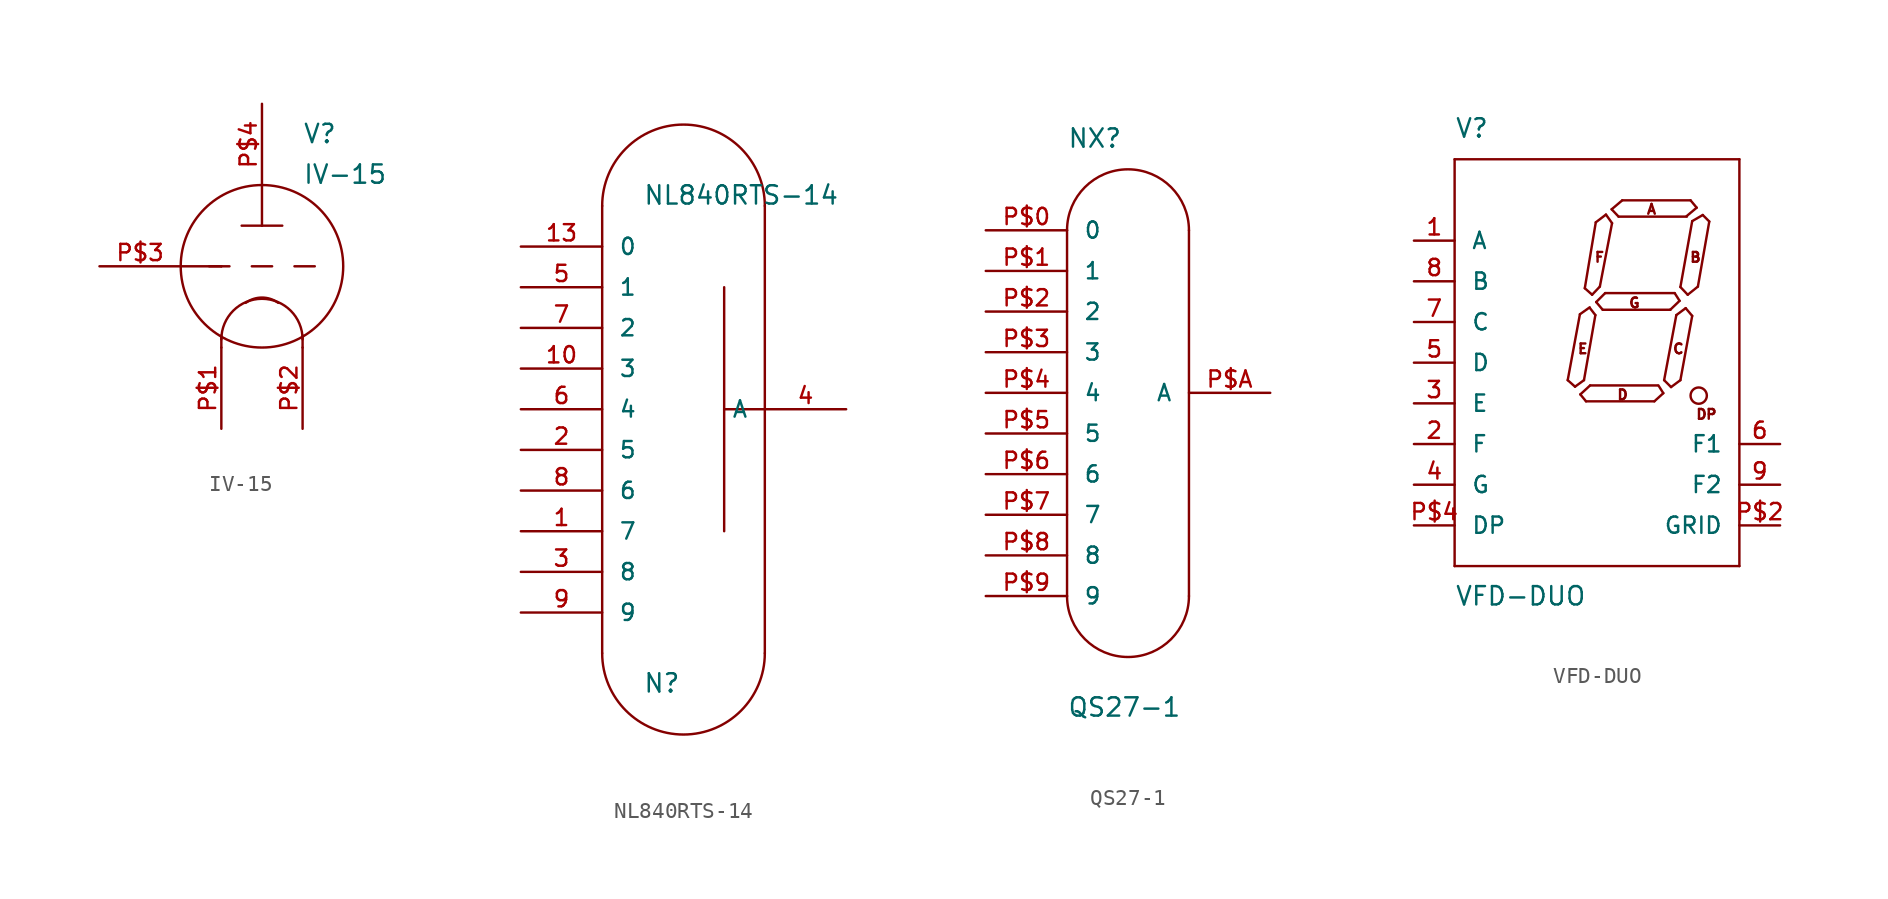
<source format=kicad_sym>
(kicad_symbol_lib
  (version 20241209)
  (generator "kicad_symbol_editor")
  (generator_version "9.0")
  (symbol "IV-15"
    (pin_names
      (offset 1.016)
      (hide yes))
    (property "Reference" "V"
      (at 2.54 7.62 0)
      (effects (font (size 1.143 1.143)) (justify left bottom)))
    (property "Value" "IV-15"
      (at 2.54 5.08 0)
      (effects (font (size 1.143 1.143)) (justify left bottom)))
    (property "ki_locked" ""
      (at 0 0 0)
      (effects (font (size 1.27 1.27))))
    (symbol "IV-15_1_0"
      (polyline (pts (xy -5.08 0) (xy -2.54 0)) (stroke (width 0) (type default)) (fill (type none)))
      (polyline (pts (xy -3.302 0) (xy -2.54 0)) (stroke (width 0) (type default)) (fill (type none)))
      (polyline (pts (xy -2.54 0) (xy -2.032 0)) (stroke (width 0) (type default)) (fill (type none)))
      (polyline (pts (xy -2.54 -5.08) (xy -2.54 -4.318)) (stroke (width 0) (type default)) (fill (type none)))
      (polyline (pts (xy -1.27 2.54) (xy 0 2.54)) (stroke (width 0) (type default)) (fill (type none)))
      (polyline (pts (xy -0.635 0) (xy 0.635 0)) (stroke (width 0) (type default)) (fill (type none)))
      (polyline (pts (xy 0 5.08) (xy 0 2.54)) (stroke (width 0) (type default)) (fill (type none)))
      (polyline (pts (xy 0 2.54) (xy 1.27 2.54)) (stroke (width 0) (type default)) (fill (type none)))
      (polyline (pts (xy 2.032 0) (xy 3.302 0)) (stroke (width 0) (type default)) (fill (type none)))
      (polyline (pts (xy 2.54 -5.08) (xy 2.54 -4.318)) (stroke (width 0) (type default)) (fill (type none))))
    (symbol "IV-15_1_1"
      (circle (center 0 0) (radius 5.08) (stroke (width 0) (type default)) (fill (type none)))
      (arc (start -1.016 -2.286) (mid 0 -1.9556) (end 1.016 -2.286) (stroke (width 0) (type default)) (fill (type none)))
      (arc (start -2.54 -4.572) (mid 0 -2.043) (end 2.54 -4.572) (stroke (width 0) (type default)) (fill (type none)))
      (pin passive line (at -10.16 0 0) (length 5.08) (name "G" (effects (font (size 1.016 1.016)))) (number "P$3" (effects (font (size 1.016 1.016)))))
      (pin passive line (at -2.54 -10.16 90) (length 5.08) (name "K/H1" (effects (font (size 1.016 1.016)))) (number "P$1" (effects (font (size 1.016 1.016)))))
      (pin passive line (at 0 10.16 270) (length 5.08) (name "A" (effects (font (size 1.016 1.016)))) (number "P$4" (effects (font (size 1.016 1.016)))))
      (pin passive line (at 2.54 -10.16 90) (length 5.08) (name "K/H2" (effects (font (size 1.016 1.016)))) (number "P$2" (effects (font (size 1.016 1.016)))))))
  (symbol "NL840RTS-14"
    (pin_names
      (offset 1.016))
    (property "Reference" "N"
      (at -2.54 -15.24 0)
      (effects (font (size 1.143 1.143)) (justify left bottom)))
    (property "Value" "NL840RTS-14"
      (at -2.54 15.24 0)
      (effects (font (size 1.143 1.143)) (justify left bottom)))
    (property "ki_locked" ""
      (at 0 0 0)
      (effects (font (size 1.27 1.27))))
    (symbol "NL840RTS-14_1_0"
      (polyline (pts (xy -5.08 15.24) (xy -5.08 -12.7)) (stroke (width 0) (type default)) (fill (type none)))
      (polyline (pts (xy 2.54 2.54) (xy 2.54 10.16)) (stroke (width 0) (type default)) (fill (type none)))
      (polyline (pts (xy 2.54 -5.08) (xy 2.54 2.54)) (stroke (width 0) (type default)) (fill (type none)))
      (polyline (pts (xy 5.08 15.24) (xy 5.08 2.54)) (stroke (width 0) (type default)) (fill (type none)))
      (polyline (pts (xy 5.08 2.54) (xy 2.54 2.54)) (stroke (width 0) (type default)) (fill (type none)))
      (polyline (pts (xy 5.08 2.54) (xy 5.08 -12.7)) (stroke (width 0) (type default)) (fill (type none))))
    (symbol "NL840RTS-14_1_1"
      (arc (start -5.08 15.24) (mid 0 20.2978) (end 5.08 15.24) (stroke (width 0) (type default)) (fill (type none)))
      (arc (start 5.08 -12.7) (mid 0 -17.7578) (end -5.08 -12.7) (stroke (width 0) (type default)) (fill (type none)))
      (pin passive line (at -10.16 12.7 0) (length 5.08) (name "0" (effects (font (size 1.016 1.016)))) (number "13" (effects (font (size 1.016 1.016)))))
      (pin passive line (at -10.16 10.16 0) (length 5.08) (name "1" (effects (font (size 1.016 1.016)))) (number "5" (effects (font (size 1.016 1.016)))))
      (pin passive line (at -10.16 7.62 0) (length 5.08) (name "2" (effects (font (size 1.016 1.016)))) (number "7" (effects (font (size 1.016 1.016)))))
      (pin passive line (at -10.16 5.08 0) (length 5.08) (name "3" (effects (font (size 1.016 1.016)))) (number "10" (effects (font (size 1.016 1.016)))))
      (pin passive line (at -10.16 2.54 0) (length 5.08) (name "4" (effects (font (size 1.016 1.016)))) (number "6" (effects (font (size 1.016 1.016)))))
      (pin passive line (at -10.16 0 0) (length 5.08) (name "5" (effects (font (size 1.016 1.016)))) (number "2" (effects (font (size 1.016 1.016)))))
      (pin passive line (at -10.16 -2.54 0) (length 5.08) (name "6" (effects (font (size 1.016 1.016)))) (number "8" (effects (font (size 1.016 1.016)))))
      (pin passive line (at -10.16 -5.08 0) (length 5.08) (name "7" (effects (font (size 1.016 1.016)))) (number "1" (effects (font (size 1.016 1.016)))))
      (pin passive line (at -10.16 -7.62 0) (length 5.08) (name "8" (effects (font (size 1.016 1.016)))) (number "3" (effects (font (size 1.016 1.016)))))
      (pin passive line (at -10.16 -10.16 0) (length 5.08) (name "9" (effects (font (size 1.016 1.016)))) (number "9" (effects (font (size 1.016 1.016)))))
      (pin passive line (at 10.16 2.54 180) (length 5.08) (name "A" (effects (font (size 1.016 1.016)))) (number "4" (effects (font (size 1.016 1.016)))))))
  (symbol "QS27-1"
    (pin_names
      (offset 1.016))
    (property "Reference" "NX"
      (at -22.86 12.7 0)
      (effects (font (size 1.143 1.143)) (justify left bottom)))
    (property "Value" "QS27-1"
      (at -22.86 -22.86 0)
      (effects (font (size 1.143 1.143)) (justify left bottom)))
    (property "ki_locked" ""
      (at 0 0 0)
      (effects (font (size 1.27 1.27))))
    (symbol "QS27-1_1_0"
      (polyline (pts (xy -22.86 7.62) (xy -22.86 -15.24)) (stroke (width 0) (type default)) (fill (type none)))
      (polyline (pts (xy -15.24 7.62) (xy -15.24 -15.24)) (stroke (width 0) (type default)) (fill (type none))))
    (symbol "QS27-1_1_1"
      (arc (start -22.86 7.62) (mid -19.05 11.4133) (end -15.24 7.62) (stroke (width 0) (type default)) (fill (type none)))
      (arc (start -15.24 -15.24) (mid -19.05 -19.0333) (end -22.86 -15.24) (stroke (width 0) (type default)) (fill (type none)))
      (pin passive line (at -27.94 7.62 0) (length 5.08) (name "0" (effects (font (size 1.016 1.016)))) (number "P$0" (effects (font (size 1.016 1.016)))))
      (pin passive line (at -27.94 5.08 0) (length 5.08) (name "1" (effects (font (size 1.016 1.016)))) (number "P$1" (effects (font (size 1.016 1.016)))))
      (pin passive line (at -27.94 2.54 0) (length 5.08) (name "2" (effects (font (size 1.016 1.016)))) (number "P$2" (effects (font (size 1.016 1.016)))))
      (pin passive line (at -27.94 0 0) (length 5.08) (name "3" (effects (font (size 1.016 1.016)))) (number "P$3" (effects (font (size 1.016 1.016)))))
      (pin passive line (at -27.94 -2.54 0) (length 5.08) (name "4" (effects (font (size 1.016 1.016)))) (number "P$4" (effects (font (size 1.016 1.016)))))
      (pin passive line (at -27.94 -5.08 0) (length 5.08) (name "5" (effects (font (size 1.016 1.016)))) (number "P$5" (effects (font (size 1.016 1.016)))))
      (pin passive line (at -27.94 -7.62 0) (length 5.08) (name "6" (effects (font (size 1.016 1.016)))) (number "P$6" (effects (font (size 1.016 1.016)))))
      (pin passive line (at -27.94 -10.16 0) (length 5.08) (name "7" (effects (font (size 1.016 1.016)))) (number "P$7" (effects (font (size 1.016 1.016)))))
      (pin passive line (at -27.94 -12.7 0) (length 5.08) (name "8" (effects (font (size 1.016 1.016)))) (number "P$8" (effects (font (size 1.016 1.016)))))
      (pin passive line (at -27.94 -15.24 0) (length 5.08) (name "9" (effects (font (size 1.016 1.016)))) (number "P$9" (effects (font (size 1.016 1.016)))))
      (pin passive line (at -10.16 -2.54 180) (length 5.08) (name "A" (effects (font (size 1.016 1.016)))) (number "P$A" (effects (font (size 1.016 1.016)))))))
  (symbol "VFD-DUO"
    (pin_names
      (offset 1.016))
    (property "Reference" "V"
      (at -10.16 16.51 0)
      (effects (font (size 1.143 1.143)) (justify left bottom)))
    (property "Value" "VFD-DUO"
      (at -10.16 -12.7 0)
      (effects (font (size 1.143 1.143)) (justify left bottom)))
    (property "ki_locked" ""
      (at 0 0 0)
      (effects (font (size 1.27 1.27))))
    (symbol "VFD-DUO_1_0"
      (polyline (pts (xy -10.16 15.24) (xy 7.62 15.24)) (stroke (width 0) (type default)) (fill (type none)))
      (polyline (pts (xy -10.16 -10.16) (xy -10.16 15.24)) (stroke (width 0) (type default)) (fill (type none)))
      (polyline (pts (xy -3.099 1.448) (xy -2.337 5.563)) (stroke (width 0) (type default)) (fill (type none)))
      (polyline (pts (xy -2.642 1.041) (xy -3.099 1.448)) (stroke (width 0) (type default)) (fill (type none)))
      (polyline (pts (xy -2.337 5.563) (xy -1.727 5.994)) (stroke (width 0) (type default)) (fill (type none)))
      (polyline (pts (xy -2.311 0.559) (xy -1.702 1.118)) (stroke (width 0) (type default)) (fill (type none)))
      (polyline (pts (xy -2.083 1.448) (xy -2.642 1.041)) (stroke (width 0) (type default)) (fill (type none)))
      (polyline (pts (xy -2.032 7.188) (xy -1.346 11.303)) (stroke (width 0) (type default)) (fill (type none)))
      (polyline (pts (xy -1.956 0.127) (xy -2.311 0.559)) (stroke (width 0) (type default)) (fill (type none)))
      (polyline (pts (xy -1.727 5.969) (xy -1.372 5.512)) (stroke (width 0) (type default)) (fill (type none)))
      (polyline (pts (xy -1.702 1.118) (xy 2.515 1.118)) (stroke (width 0) (type default)) (fill (type none)))
      (polyline (pts (xy -1.575 6.782) (xy -2.032 7.188)) (stroke (width 0) (type default)) (fill (type none)))
      (polyline (pts (xy -1.372 5.512) (xy -2.083 1.448)) (stroke (width 0) (type default)) (fill (type none)))
      (polyline (pts (xy -1.346 11.303) (xy -0.711 11.786)) (stroke (width 0) (type default)) (fill (type none)))
      (polyline (pts (xy -1.321 6.325) (xy -0.762 6.883)) (stroke (width 0) (type default)) (fill (type none)))
      (polyline (pts (xy -1.092 7.29) (xy -1.575 6.782)) (stroke (width 0) (type default)) (fill (type none)))
      (polyline (pts (xy -0.914 5.842) (xy -1.321 6.325)) (stroke (width 0) (type default)) (fill (type none)))
      (polyline (pts (xy -0.762 6.883) (xy 3.581 6.883)) (stroke (width 0) (type default)) (fill (type none)))
      (polyline (pts (xy -0.711 11.786) (xy -0.33 11.252)) (stroke (width 0) (type default)) (fill (type none)))
      (polyline (pts (xy -0.356 12.116) (xy 0.305 12.675)) (stroke (width 0) (type default)) (fill (type none)))
      (polyline (pts (xy -0.33 11.252) (xy -1.092 7.29)) (stroke (width 0) (type default)) (fill (type none)))
      (polyline (pts (xy 0.076 11.659) (xy -0.356 12.116)) (stroke (width 0) (type default)) (fill (type none)))
      (polyline (pts (xy 0.305 12.675) (xy 4.572 12.675)) (stroke (width 0) (type default)) (fill (type none)))
      (polyline (pts (xy 2.311 0.127) (xy -1.956 0.127)) (stroke (width 0) (type default)) (fill (type none)))
      (polyline (pts (xy 2.565 1.118) (xy 2.87 0.635)) (stroke (width 0) (type default)) (fill (type none)))
      (polyline (pts (xy 2.87 0.635) (xy 2.311 0.127)) (stroke (width 0) (type default)) (fill (type none)))
      (polyline (pts (xy 2.921 1.448) (xy 3.683 5.512)) (stroke (width 0) (type default)) (fill (type none)))
      (polyline (pts (xy 3.302 5.842) (xy -0.914 5.842)) (stroke (width 0) (type default)) (fill (type none)))
      (polyline (pts (xy 3.302 5.842) (xy 3.302 5.842)) (stroke (width 0) (type default)) (fill (type none)))
      (polyline (pts (xy 3.353 1.016) (xy 2.921 1.448)) (stroke (width 0) (type default)) (fill (type none)))
      (polyline (pts (xy 3.581 6.883) (xy 3.886 6.401)) (stroke (width 0) (type default)) (fill (type none)))
      (polyline (pts (xy 3.683 5.512) (xy 4.267 5.944)) (stroke (width 0) (type default)) (fill (type none)))
      (polyline (pts (xy 3.886 6.401) (xy 3.302 5.842)) (stroke (width 0) (type default)) (fill (type none)))
      (polyline (pts (xy 3.937 7.264) (xy 4.674 11.379)) (stroke (width 0) (type default)) (fill (type none)))
      (polyline (pts (xy 3.937 1.448) (xy 3.353 1.016)) (stroke (width 0) (type default)) (fill (type none)))
      (polyline (pts (xy 4.267 5.944) (xy 4.674 5.461)) (stroke (width 0) (type default)) (fill (type none)))
      (polyline (pts (xy 4.343 11.659) (xy 0.076 11.659)) (stroke (width 0) (type default)) (fill (type none)))
      (polyline (pts (xy 4.394 6.782) (xy 3.937 7.264)) (stroke (width 0) (type default)) (fill (type none)))
      (polyline (pts (xy 4.572 12.675) (xy 4.953 12.217)) (stroke (width 0) (type default)) (fill (type none)))
      (polyline (pts (xy 4.674 11.379) (xy 5.334 11.76)) (stroke (width 0) (type default)) (fill (type none)))
      (polyline (pts (xy 4.674 5.461) (xy 3.937 1.448)) (stroke (width 0) (type default)) (fill (type none)))
      (polyline (pts (xy 4.953 12.217) (xy 4.318 11.684)) (stroke (width 0) (type default)) (fill (type none)))
      (polyline (pts (xy 5.029 7.29) (xy 4.394 6.782)) (stroke (width 0) (type default)) (fill (type none)))
      (polyline (pts (xy 5.334 11.76) (xy 5.74 11.354)) (stroke (width 0) (type default)) (fill (type none)))
      (polyline (pts (xy 5.74 11.354) (xy 5.029 7.29)) (stroke (width 0) (type default)) (fill (type none)))
      (polyline (pts (xy 7.62 15.24) (xy 7.62 -10.16)) (stroke (width 0) (type default)) (fill (type none)))
      (polyline (pts (xy 7.62 -10.16) (xy -10.16 -10.16)) (stroke (width 0) (type default)) (fill (type none)))
      (text "E" (at -2.159 3.404 0) (effects (font (size 0.61 0.61))))
      (text "F" (at -1.118 9.119 0) (effects (font (size 0.61 0.61))))
      (text "D" (at 0.33 0.533 0) (effects (font (size 0.61 0.61))))
      (text "G" (at 1.067 6.274 0) (effects (font (size 0.61 0.61))))
      (text "A" (at 2.134 12.116 0) (effects (font (size 0.61 0.61))))
      (text "C" (at 3.81 3.404 0) (effects (font (size 0.61 0.61))))
      (text "B" (at 4.877 9.119 0) (effects (font (size 0.61 0.61))))
      (text "DP" (at 5.563 -0.686 0) (effects (font (size 0.61 0.61)))))
    (symbol "VFD-DUO_1_1"
      (circle (center 5.08 0.483) (radius 0.508) (stroke (width 0) (type default)) (fill (type none)))
      (pin passive line (at -12.7 10.16 0) (length 2.54) (name "A" (effects (font (size 1.016 1.016)))) (number "1" (effects (font (size 1.016 1.016)))))
      (pin passive line (at -12.7 10.16 0) (length 2.54) (hide yes) (name "A" (effects (font (size 1.016 1.016)))) (number "P$6" (effects (font (size 1.016 1.016)))))
      (pin passive line (at -12.7 7.62 0) (length 2.54) (name "B" (effects (font (size 1.016 1.016)))) (number "8" (effects (font (size 1.016 1.016)))))
      (pin passive line (at -12.7 7.62 0) (length 2.54) (hide yes) (name "B" (effects (font (size 1.016 1.016)))) (number "P$5" (effects (font (size 1.016 1.016)))))
      (pin passive line (at -12.7 5.08 0) (length 2.54) (name "C" (effects (font (size 1.016 1.016)))) (number "7" (effects (font (size 1.016 1.016)))))
      (pin passive line (at -12.7 5.08 0) (length 2.54) (hide yes) (name "C" (effects (font (size 1.016 1.016)))) (number "P$3" (effects (font (size 1.016 1.016)))))
      (pin passive line (at -12.7 2.54 0) (length 2.54) (name "D" (effects (font (size 1.016 1.016)))) (number "5" (effects (font (size 1.016 1.016)))))
      (pin passive line (at -12.7 2.54 0) (length 2.54) (hide yes) (name "D" (effects (font (size 1.016 1.016)))) (number "P$10" (effects (font (size 1.016 1.016)))))
      (pin passive line (at -12.7 0 0) (length 2.54) (name "E" (effects (font (size 1.016 1.016)))) (number "3" (effects (font (size 1.016 1.016)))))
      (pin passive line (at -12.7 0 0) (length 2.54) (hide yes) (name "E" (effects (font (size 1.016 1.016)))) (number "P$9" (effects (font (size 1.016 1.016)))))
      (pin passive line (at -12.7 -2.54 0) (length 2.54) (name "F" (effects (font (size 1.016 1.016)))) (number "2" (effects (font (size 1.016 1.016)))))
      (pin passive line (at -12.7 -2.54 0) (length 2.54) (hide yes) (name "F" (effects (font (size 1.016 1.016)))) (number "P$8" (effects (font (size 1.016 1.016)))))
      (pin passive line (at -12.7 -5.08 0) (length 2.54) (name "G" (effects (font (size 1.016 1.016)))) (number "4" (effects (font (size 1.016 1.016)))))
      (pin passive line (at -12.7 -5.08 0) (length 2.54) (hide yes) (name "G" (effects (font (size 1.016 1.016)))) (number "P$7" (effects (font (size 1.016 1.016)))))
      (pin passive line (at -12.7 -7.62 0) (length 2.54) (name "DP" (effects (font (size 1.016 1.016)))) (number "P$4" (effects (font (size 1.016 1.016)))))
      (pin passive line (at 10.16 -2.54 180) (length 2.54) (name "F1" (effects (font (size 1.016 1.016)))) (number "6" (effects (font (size 1.016 1.016)))))
      (pin passive line (at 10.16 -2.54 180) (length 2.54) (hide yes) (name "F1" (effects (font (size 1.016 1.016)))) (number "P$11" (effects (font (size 1.016 1.016)))))
      (pin passive line (at 10.16 -5.08 180) (length 2.54) (name "F2" (effects (font (size 1.016 1.016)))) (number "9" (effects (font (size 1.016 1.016)))))
      (pin passive line (at 10.16 -5.08 180) (length 2.54) (hide yes) (name "F2" (effects (font (size 1.016 1.016)))) (number "P$1" (effects (font (size 1.016 1.016)))))
      (pin passive line (at 10.16 -7.62 180) (length 2.54) (name "GRID" (effects (font (size 1.016 1.016)))) (number "P$2" (effects (font (size 1.016 1.016))))))))
</source>
